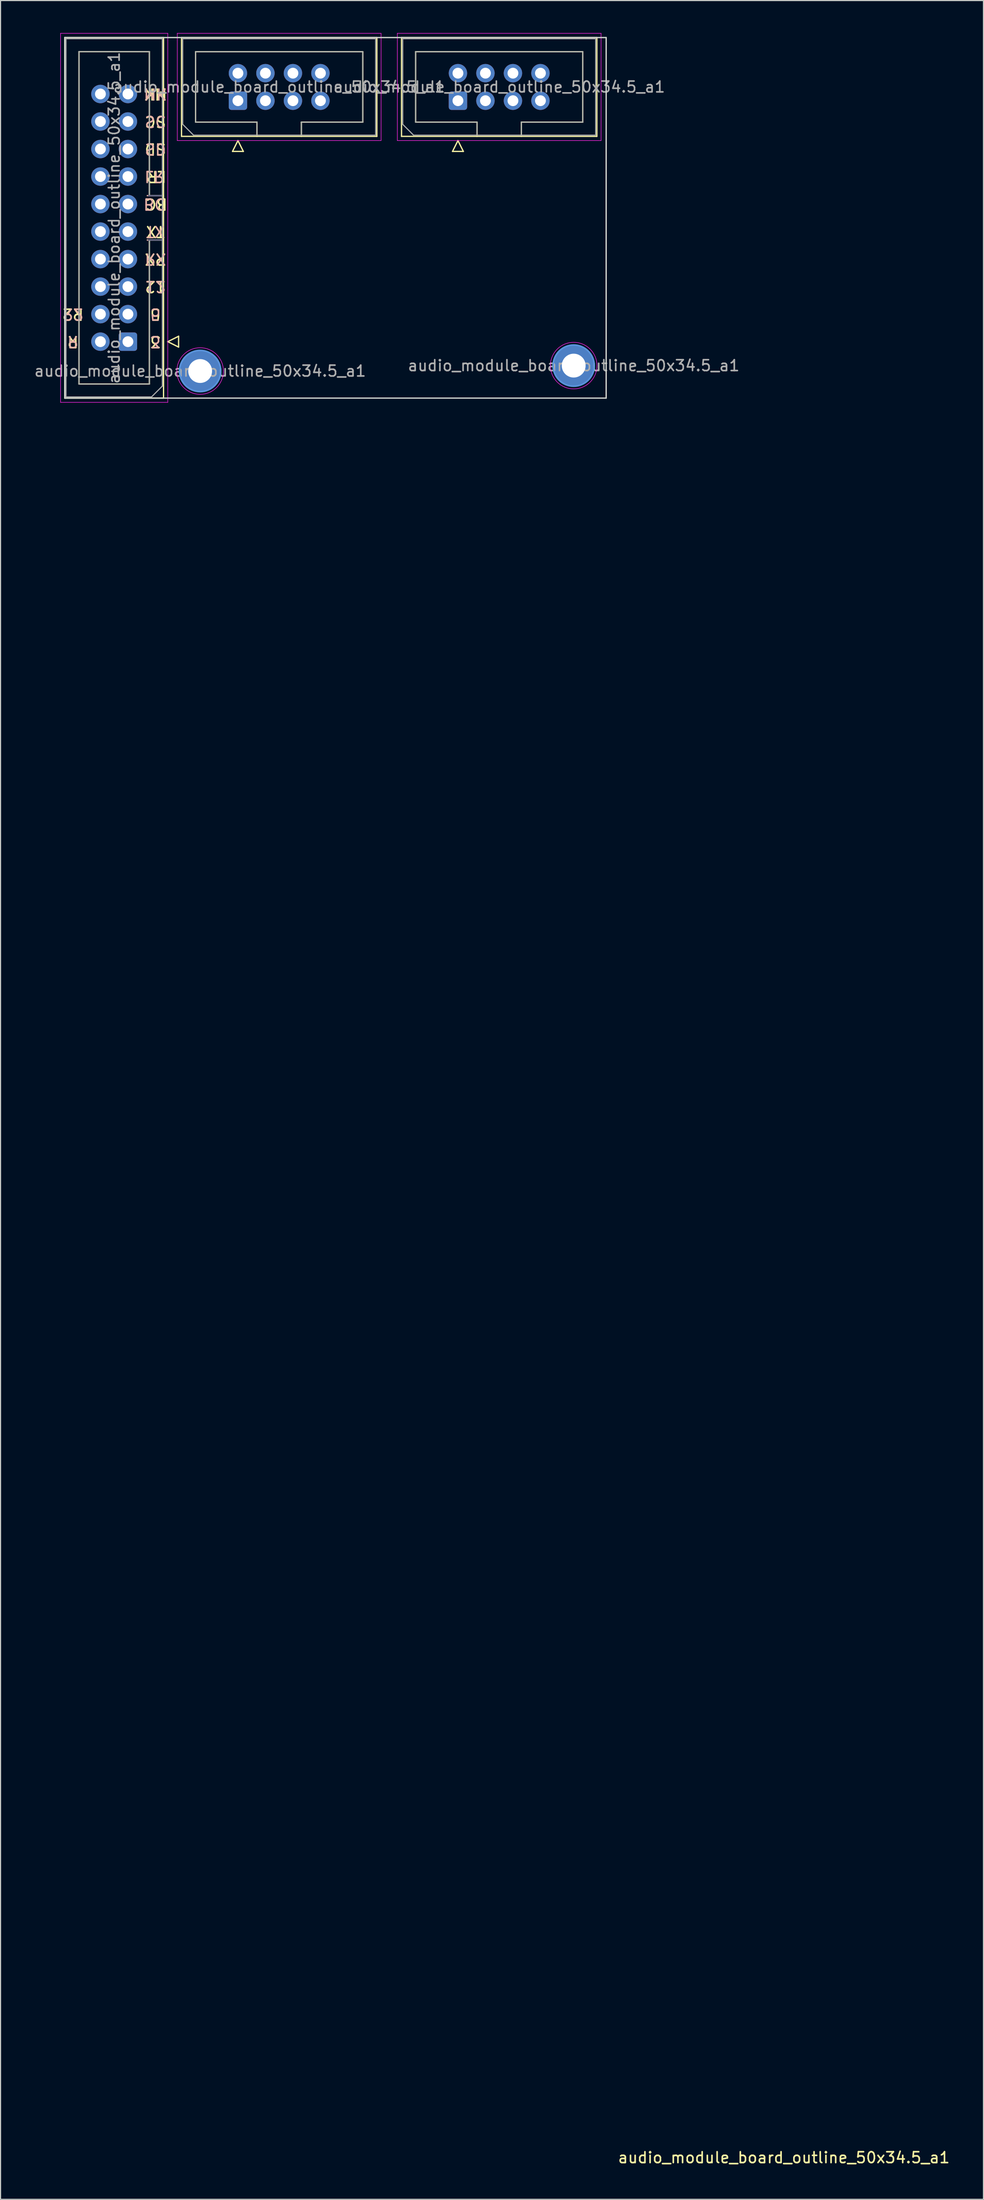
<source format=kicad_pcb>
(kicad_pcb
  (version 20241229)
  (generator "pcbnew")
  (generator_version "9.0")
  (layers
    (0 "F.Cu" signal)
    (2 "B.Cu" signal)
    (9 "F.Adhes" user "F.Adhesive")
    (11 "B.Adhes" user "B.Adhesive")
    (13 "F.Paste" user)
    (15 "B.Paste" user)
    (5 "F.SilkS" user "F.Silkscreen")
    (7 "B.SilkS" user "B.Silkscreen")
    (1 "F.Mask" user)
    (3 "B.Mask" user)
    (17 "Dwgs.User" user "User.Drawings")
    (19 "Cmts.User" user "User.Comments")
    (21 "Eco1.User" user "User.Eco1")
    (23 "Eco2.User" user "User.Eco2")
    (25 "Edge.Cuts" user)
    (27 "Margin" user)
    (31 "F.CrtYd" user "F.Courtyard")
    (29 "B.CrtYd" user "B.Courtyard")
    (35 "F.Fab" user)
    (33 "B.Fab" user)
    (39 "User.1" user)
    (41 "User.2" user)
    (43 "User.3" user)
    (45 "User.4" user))
  (footprint "audio_module_board_outline_50x34.5_a1"
    (layer "F.Cu")
    (at 2.935 33.695)
    (property "Reference" "audio_module_board_outline_50x34.5_a1" (at 66.414 162.401 180) (layer "F.SilkS") (effects (font (size 1 1) (thickness 0.15))))
    (attr through_hole exclude_from_bom)
    (fp_line (start 0 -33.28) (end 9.12 -33.28) (stroke (width 0.12) (type solid)) (layer "F.SilkS"))
    (fp_line (start 0 0) (end 0 -33.28) (stroke (width 0.12) (type solid)) (layer "F.SilkS"))
    (fp_line (start 1.31 -31.98) (end 7.81 -31.98) (stroke (width 0.12) (type solid)) (layer "F.SilkS"))
    (fp_line (start 1.31 -1.3) (end 1.31 -31.98) (stroke (width 0.12) (type solid)) (layer "F.SilkS"))
    (fp_line (start 7.81 -31.98) (end 7.81 -18.69) (stroke (width 0.12) (type solid)) (layer "F.SilkS"))
    (fp_line (start 7.81 -18.69) (end 7.81 -18.69) (stroke (width 0.12) (type solid)) (layer "F.SilkS"))
    (fp_line (start 7.81 -18.69) (end 9.12 -18.69) (stroke (width 0.12) (type solid)) (layer "F.SilkS"))
    (fp_line (start 7.81 -14.59) (end 7.81 -1.3) (stroke (width 0.12) (type solid)) (layer "F.SilkS"))
    (fp_line (start 7.81 -1.3) (end 1.31 -1.3) (stroke (width 0.12) (type solid)) (layer "F.SilkS"))
    (fp_line (start 9.12 -33.28) (end 9.12 0) (stroke (width 0.12) (type solid)) (layer "F.SilkS"))
    (fp_line (start 9.12 -14.59) (end 7.81 -14.59) (stroke (width 0.12) (type solid)) (layer "F.SilkS"))
    (fp_line (start 9.12 0) (end 0 0) (stroke (width 0.12) (type solid)) (layer "F.SilkS"))
    (fp_line (start 9.51 -5.21) (end 10.51 -4.71) (stroke (width 0.12) (type solid)) (layer "F.SilkS"))
    (fp_line (start 10.51 -5.71) (end 9.51 -5.21) (stroke (width 0.12) (type solid)) (layer "F.SilkS"))
    (fp_line (start 10.51 -4.71) (end 10.51 -5.71) (stroke (width 0.12) (type solid)) (layer "F.SilkS"))
    (fp_line (start 10.78 -33.28) (end 28.82 -33.28) (stroke (width 0.12) (type solid)) (layer "F.SilkS"))
    (fp_line (start 10.78 -24.16) (end 10.78 -33.28) (stroke (width 0.12) (type solid)) (layer "F.SilkS"))
    (fp_line (start 12.08 -31.97) (end 27.52 -31.97) (stroke (width 0.12) (type solid)) (layer "F.SilkS"))
    (fp_line (start 12.08 -25.47) (end 12.08 -31.97) (stroke (width 0.12) (type solid)) (layer "F.SilkS"))
    (fp_line (start 15.49 -22.77) (end 16.49 -22.77) (stroke (width 0.12) (type solid)) (layer "F.SilkS"))
    (fp_line (start 15.99 -23.77) (end 15.49 -22.77) (stroke (width 0.12) (type solid)) (layer "F.SilkS"))
    (fp_line (start 16.49 -22.77) (end 15.99 -23.77) (stroke (width 0.12) (type solid)) (layer "F.SilkS"))
    (fp_line (start 17.75 -25.47) (end 12.08 -25.47) (stroke (width 0.12) (type solid)) (layer "F.SilkS"))
    (fp_line (start 17.75 -24.16) (end 17.75 -25.47) (stroke (width 0.12) (type solid)) (layer "F.SilkS"))
    (fp_line (start 21.85 -25.47) (end 21.85 -25.47) (stroke (width 0.12) (type solid)) (layer "F.SilkS"))
    (fp_line (start 21.85 -25.47) (end 21.85 -24.16) (stroke (width 0.12) (type solid)) (layer "F.SilkS"))
    (fp_line (start 27.52 -31.97) (end 27.52 -25.47) (stroke (width 0.12) (type solid)) (layer "F.SilkS"))
    (fp_line (start 27.52 -25.47) (end 21.85 -25.47) (stroke (width 0.12) (type solid)) (layer "F.SilkS"))
    (fp_line (start 28.82 -33.28) (end 28.82 -24.16) (stroke (width 0.12) (type solid)) (layer "F.SilkS"))
    (fp_line (start 28.82 -24.16) (end 10.78 -24.16) (stroke (width 0.12) (type solid)) (layer "F.SilkS"))
    (fp_line (start 31.1 -33.28) (end 49.14 -33.28) (stroke (width 0.12) (type solid)) (layer "F.SilkS"))
    (fp_line (start 31.1 -24.16) (end 31.1 -33.28) (stroke (width 0.12) (type solid)) (layer "F.SilkS"))
    (fp_line (start 32.4 -31.97) (end 47.84 -31.97) (stroke (width 0.12) (type solid)) (layer "F.SilkS"))
    (fp_line (start 32.4 -25.47) (end 32.4 -31.97) (stroke (width 0.12) (type solid)) (layer "F.SilkS"))
    (fp_line (start 35.81 -22.77) (end 36.81 -22.77) (stroke (width 0.12) (type solid)) (layer "F.SilkS"))
    (fp_line (start 36.31 -23.77) (end 35.81 -22.77) (stroke (width 0.12) (type solid)) (layer "F.SilkS"))
    (fp_line (start 36.81 -22.77) (end 36.31 -23.77) (stroke (width 0.12) (type solid)) (layer "F.SilkS"))
    (fp_line (start 38.07 -25.47) (end 32.4 -25.47) (stroke (width 0.12) (type solid)) (layer "F.SilkS"))
    (fp_line (start 38.07 -24.16) (end 38.07 -25.47) (stroke (width 0.12) (type solid)) (layer "F.SilkS"))
    (fp_line (start 42.17 -25.47) (end 42.17 -25.47) (stroke (width 0.12) (type solid)) (layer "F.SilkS"))
    (fp_line (start 42.17 -25.47) (end 42.17 -24.16) (stroke (width 0.12) (type solid)) (layer "F.SilkS"))
    (fp_line (start 47.84 -31.97) (end 47.84 -25.47) (stroke (width 0.12) (type solid)) (layer "F.SilkS"))
    (fp_line (start 47.84 -25.47) (end 42.17 -25.47) (stroke (width 0.12) (type solid)) (layer "F.SilkS"))
    (fp_line (start 49.14 -33.28) (end 49.14 -24.16) (stroke (width 0.12) (type solid)) (layer "F.SilkS"))
    (fp_line (start 49.14 -24.16) (end 31.1 -24.16) (stroke (width 0.12) (type solid)) (layer "F.SilkS"))
    (fp_line (start 7.62 -14.59) (end 8.93 -14.59) (stroke (width 0.12) (type solid)) (layer "B.SilkS"))
    (fp_line (start 8.93 -18.69) (end 7.62 -18.69) (stroke (width 0.12) (type solid)) (layer "B.SilkS"))
    (fp_circle (center 12.5 -2.5) (end 14.4 -2.5) (stroke (width 0.15) (type solid)) (fill no) (layer "Cmts.User"))
    (fp_circle (center 47 -3) (end 48.9 -3) (stroke (width 0.15) (type solid)) (fill no) (layer "Cmts.User"))
    (fp_line (start 0 -33.28) (end 50 -33.28) (stroke (width 0.12) (type solid)) (layer "Edge.Cuts"))
    (fp_line (start 0 0) (end 0 -33.28) (stroke (width 0.12) (type solid)) (layer "Edge.Cuts"))
    (fp_line (start 0 0) (end 50 0) (stroke (width 0.12) (type solid)) (layer "Edge.Cuts"))
    (fp_line (start 50 0) (end 50 -33.28) (stroke (width 0.12) (type solid)) (layer "Edge.Cuts"))
    (fp_line (start -0.39 -33.67) (end -0.39 0.39) (stroke (width 0.05) (type solid)) (layer "F.CrtYd"))
    (fp_line (start -0.39 0.39) (end 9.51 0.39) (stroke (width 0.05) (type solid)) (layer "F.CrtYd"))
    (fp_line (start 9.51 -33.67) (end -0.39 -33.67) (stroke (width 0.05) (type solid)) (layer "F.CrtYd"))
    (fp_line (start 9.51 0.39) (end 9.51 -33.67) (stroke (width 0.05) (type solid)) (layer "F.CrtYd"))
    (fp_line (start 10.39 -33.67) (end 10.39 -23.77) (stroke (width 0.05) (type solid)) (layer "F.CrtYd"))
    (fp_line (start 10.39 -23.77) (end 29.21 -23.77) (stroke (width 0.05) (type solid)) (layer "F.CrtYd"))
    (fp_line (start 29.21 -33.67) (end 10.39 -33.67) (stroke (width 0.05) (type solid)) (layer "F.CrtYd"))
    (fp_line (start 29.21 -23.77) (end 29.21 -33.67) (stroke (width 0.05) (type solid)) (layer "F.CrtYd"))
    (fp_line (start 30.71 -33.67) (end 30.71 -23.77) (stroke (width 0.05) (type solid)) (layer "F.CrtYd"))
    (fp_line (start 30.71 -23.77) (end 49.53 -23.77) (stroke (width 0.05) (type solid)) (layer "F.CrtYd"))
    (fp_line (start 49.53 -33.67) (end 30.71 -33.67) (stroke (width 0.05) (type solid)) (layer "F.CrtYd"))
    (fp_line (start 49.53 -23.77) (end 49.53 -33.67) (stroke (width 0.05) (type solid)) (layer "F.CrtYd"))
    (fp_circle (center 12.5 -2.5) (end 14.65 -2.5) (stroke (width 0.05) (type solid)) (fill no) (layer "F.CrtYd"))
    (fp_circle (center 47 -3) (end 49.15 -3) (stroke (width 0.05) (type solid)) (fill no) (layer "F.CrtYd"))
    (fp_line (start 7.73 -14.59) (end 8.93 -14.59) (stroke (width 0.1) (type solid)) (layer "B.Fab"))
    (fp_line (start 8.93 -18.69) (end 7.73 -18.69) (stroke (width 0.1) (type solid)) (layer "B.Fab"))
    (fp_line (start 0.11 -33.17) (end 9.01 -33.17) (stroke (width 0.1) (type solid)) (layer "F.Fab"))
    (fp_line (start 0.11 -0.11) (end 0.11 -33.17) (stroke (width 0.1) (type solid)) (layer "F.Fab"))
    (fp_line (start 1.31 -31.98) (end 7.81 -31.98) (stroke (width 0.1) (type solid)) (layer "F.Fab"))
    (fp_line (start 1.31 -1.3) (end 1.31 -31.98) (stroke (width 0.1) (type solid)) (layer "F.Fab"))
    (fp_line (start 7.81 -31.98) (end 7.81 -18.69) (stroke (width 0.1) (type solid)) (layer "F.Fab"))
    (fp_line (start 7.81 -18.69) (end 7.81 -18.69) (stroke (width 0.1) (type solid)) (layer "F.Fab"))
    (fp_line (start 7.81 -18.69) (end 9.01 -18.69) (stroke (width 0.1) (type solid)) (layer "F.Fab"))
    (fp_line (start 7.81 -14.59) (end 7.81 -1.3) (stroke (width 0.1) (type solid)) (layer "F.Fab"))
    (fp_line (start 7.81 -1.3) (end 1.31 -1.3) (stroke (width 0.1) (type solid)) (layer "F.Fab"))
    (fp_line (start 8.01 -0.11) (end 0.11 -0.11) (stroke (width 0.1) (type solid)) (layer "F.Fab"))
    (fp_line (start 9.01 -33.17) (end 9.01 -1.11) (stroke (width 0.1) (type solid)) (layer "F.Fab"))
    (fp_line (start 9.01 -14.59) (end 7.81 -14.59) (stroke (width 0.1) (type solid)) (layer "F.Fab"))
    (fp_line (start 9.01 -1.11) (end 8.01 -0.11) (stroke (width 0.1) (type solid)) (layer "F.Fab"))
    (fp_line (start 10.89 -33.17) (end 28.71 -33.17) (stroke (width 0.1) (type solid)) (layer "F.Fab"))
    (fp_line (start 10.89 -25.27) (end 10.89 -33.17) (stroke (width 0.1) (type solid)) (layer "F.Fab"))
    (fp_line (start 11.89 -24.27) (end 10.89 -25.27) (stroke (width 0.1) (type solid)) (layer "F.Fab"))
    (fp_line (start 12.08 -31.97) (end 27.52 -31.97) (stroke (width 0.1) (type solid)) (layer "F.Fab"))
    (fp_line (start 12.08 -25.47) (end 12.08 -31.97) (stroke (width 0.1) (type solid)) (layer "F.Fab"))
    (fp_line (start 17.75 -25.47) (end 12.08 -25.47) (stroke (width 0.1) (type solid)) (layer "F.Fab"))
    (fp_line (start 17.75 -24.27) (end 17.75 -25.47) (stroke (width 0.1) (type solid)) (layer "F.Fab"))
    (fp_line (start 21.85 -25.47) (end 21.85 -25.47) (stroke (width 0.1) (type solid)) (layer "F.Fab"))
    (fp_line (start 21.85 -25.47) (end 21.85 -24.27) (stroke (width 0.1) (type solid)) (layer "F.Fab"))
    (fp_line (start 27.52 -31.97) (end 27.52 -25.47) (stroke (width 0.1) (type solid)) (layer "F.Fab"))
    (fp_line (start 27.52 -25.47) (end 21.85 -25.47) (stroke (width 0.1) (type solid)) (layer "F.Fab"))
    (fp_line (start 28.71 -33.17) (end 28.71 -24.27) (stroke (width 0.1) (type solid)) (layer "F.Fab"))
    (fp_line (start 28.71 -24.27) (end 11.89 -24.27) (stroke (width 0.1) (type solid)) (layer "F.Fab"))
    (fp_line (start 31.21 -33.17) (end 49.03 -33.17) (stroke (width 0.1) (type solid)) (layer "F.Fab"))
    (fp_line (start 31.21 -25.27) (end 31.21 -33.17) (stroke (width 0.1) (type solid)) (layer "F.Fab"))
    (fp_line (start 32.21 -24.27) (end 31.21 -25.27) (stroke (width 0.1) (type solid)) (layer "F.Fab"))
    (fp_line (start 32.4 -31.97) (end 47.84 -31.97) (stroke (width 0.1) (type solid)) (layer "F.Fab"))
    (fp_line (start 32.4 -25.47) (end 32.4 -31.97) (stroke (width 0.1) (type solid)) (layer "F.Fab"))
    (fp_line (start 38.07 -25.47) (end 32.4 -25.47) (stroke (width 0.1) (type solid)) (layer "F.Fab"))
    (fp_line (start 38.07 -24.27) (end 38.07 -25.47) (stroke (width 0.1) (type solid)) (layer "F.Fab"))
    (fp_line (start 42.17 -25.47) (end 42.17 -25.47) (stroke (width 0.1) (type solid)) (layer "F.Fab"))
    (fp_line (start 42.17 -25.47) (end 42.17 -24.27) (stroke (width 0.1) (type solid)) (layer "F.Fab"))
    (fp_line (start 47.84 -31.97) (end 47.84 -25.47) (stroke (width 0.1) (type solid)) (layer "F.Fab"))
    (fp_line (start 47.84 -25.47) (end 42.17 -25.47) (stroke (width 0.1) (type solid)) (layer "F.Fab"))
    (fp_line (start 49.03 -33.17) (end 49.03 -24.27) (stroke (width 0.1) (type solid)) (layer "F.Fab"))
    (fp_line (start 49.03 -24.27) (end 32.21 -24.27) (stroke (width 0.1) (type solid)) (layer "F.Fab"))
    (fp_text user "R" (at 0.75 -5.21 180) (unlocked yes) (layer "F.SilkS") (effects (font (size 1 1) (thickness 0.15))))
    (fp_text user "MK" (at 8.37 -28.07 180) (unlocked yes) (layer "F.SilkS") (effects (font (size 1 1) (thickness 0.15))))
    (fp_text user "5" (at 8.37 -7.75 180) (unlocked yes) (layer "F.SilkS") (effects (font (size 1 1) (thickness 0.15))))
    (fp_text user "RX" (at 8.37 -12.83 180) (unlocked yes) (layer "F.SilkS") (effects (font (size 1 1) (thickness 0.15))))
    (fp_text user "BC" (at 8.465 -17.91 180) (unlocked yes) (layer "F.SilkS") (effects (font (size 1 1) (thickness 0.15))))
    (fp_text user "SD" (at 8.37 -22.99 180) (unlocked yes) (layer "F.SilkS") (effects (font (size 1 1) (thickness 0.15))))
    (fp_text user "3" (at 8.37 -5.21 180) (unlocked yes) (layer "F.SilkS") (effects (font (size 1 1) (thickness 0.15))))
    (fp_text user "LR" (at 8.465 -20.45 180) (unlocked yes) (layer "F.SilkS") (effects (font (size 1 1) (thickness 0.15))))
    (fp_text user "SC" (at 8.37 -25.53 180) (unlocked yes) (layer "F.SilkS") (effects (font (size 1 1) (thickness 0.15))))
    (fp_text user "12" (at 8.37 -10.29 180) (unlocked yes) (layer "F.SilkS") (effects (font (size 1 1) (thickness 0.15))))
    (fp_text user "TX" (at 8.37 -15.37 180) (unlocked yes) (layer "F.SilkS") (effects (font (size 1 1) (thickness 0.15))))
    (fp_text user "R2" (at 0.75 -7.75 180) (unlocked yes) (layer "F.SilkS") (effects (font (size 1 1) (thickness 0.15))))
    (fp_text user "3" (at 8.37 -5.21 180) (unlocked yes) (layer "B.SilkS") (effects (font (size 1 1) (thickness 0.15)) (justify mirror)))
    (fp_text user "R" (at 0.75 -5.21 180) (unlocked yes) (layer "B.SilkS") (effects (font (size 1 1) (thickness 0.15)) (justify mirror)))
    (fp_text user "LR" (at 8.275 -20.45 180) (unlocked yes) (layer "B.SilkS") (effects (font (size 1 1) (thickness 0.15)) (justify mirror)))
    (fp_text user "12" (at 8.37 -10.29 180) (unlocked yes) (layer "B.SilkS") (effects (font (size 1 1) (thickness 0.15)) (justify mirror)))
    (fp_text user "SC" (at 8.37 -25.53 180) (unlocked yes) (layer "B.SilkS") (effects (font (size 1 1) (thickness 0.15)) (justify mirror)))
    (fp_text user "TX" (at 8.37 -15.37 180) (unlocked yes) (layer "B.SilkS") (effects (font (size 1 1) (thickness 0.15)) (justify mirror)))
    (fp_text user "R2" (at 0.75 -7.75 180) (unlocked yes) (layer "B.SilkS") (effects (font (size 1 1) (thickness 0.15)) (justify mirror)))
    (fp_text user "5" (at 8.37 -7.75 180) (unlocked yes) (layer "B.SilkS") (effects (font (size 1 1) (thickness 0.15)) (justify mirror)))
    (fp_text user "SD" (at 8.37 -22.99 180) (unlocked yes) (layer "B.SilkS") (effects (font (size 1 1) (thickness 0.15)) (justify mirror)))
    (fp_text user "RX" (at 8.37 -12.83 180) (unlocked yes) (layer "B.SilkS") (effects (font (size 1 1) (thickness 0.15)) (justify mirror)))
    (fp_text user "MK" (at 8.37 -28.07 180) (unlocked yes) (layer "B.SilkS") (effects (font (size 1 1) (thickness 0.15)) (justify mirror)))
    (fp_text user "BC" (at 8.275 -17.91 180) (unlocked yes) (layer "B.SilkS") (effects (font (size 1 1) (thickness 0.15)) (justify mirror)))
    (fp_text user "${REFERENCE}" (at 12.5 -2.5 0) (layer "F.Fab") (effects (font (size 1 1) (thickness 0.15))))
    (fp_text user "${REFERENCE}" (at 19.8 -28.72 0) (layer "F.Fab") (effects (font (size 1 1) (thickness 0.15))))
    (fp_text user "${REFERENCE}" (at 4.56 -16.64 270) (layer "F.Fab") (effects (font (size 1 1) (thickness 0.15))))
    (fp_text user "${REFERENCE}" (at 40.12 -28.72 0) (layer "F.Fab") (effects (font (size 1 1) (thickness 0.15))))
    (fp_text user "${REFERENCE}" (at 47 -3 0) (layer "F.Fab") (effects (font (size 1 1) (thickness 0.15))))
    (pad "1" thru_hole roundrect (at 5.83 -5.21 180) (size 1.7 1.7) (drill 1) (layers "*.Cu" "*.Mask") (roundrect_rratio 0.147))
    (pad "1" thru_hole circle (at 12.5 -2.5) (size 3.8 3.8) (drill 2.2) (layers "*.Cu" "*.Mask"))
    (pad "1" thru_hole roundrect (at 15.99 -27.45 270) (size 1.7 1.7) (drill 1) (layers "*.Cu" "*.Mask") (roundrect_rratio 0.147))
    (pad "1" thru_hole roundrect (at 36.31 -27.45 270) (size 1.7 1.7) (drill 1) (layers "*.Cu" "*.Mask") (roundrect_rratio 0.147))
    (pad "1" thru_hole circle (at 47 -3) (size 3.8 3.8) (drill 2.2) (layers "*.Cu" "*.Mask"))
    (pad "2" thru_hole circle (at 3.29 -5.21 180) (size 1.7 1.7) (drill 1) (layers "*.Cu" "*.Mask"))
    (pad "2" thru_hole circle (at 15.99 -29.99 270) (size 1.7 1.7) (drill 1) (layers "*.Cu" "*.Mask"))
    (pad "2" thru_hole circle (at 36.31 -29.99 270) (size 1.7 1.7) (drill 1) (layers "*.Cu" "*.Mask"))
    (pad "3" thru_hole circle (at 5.83 -7.75 180) (size 1.7 1.7) (drill 1) (layers "*.Cu" "*.Mask"))
    (pad "3" thru_hole circle (at 18.53 -27.45 270) (size 1.7 1.7) (drill 1) (layers "*.Cu" "*.Mask"))
    (pad "3" thru_hole circle (at 38.85 -27.45 270) (size 1.7 1.7) (drill 1) (layers "*.Cu" "*.Mask"))
    (pad "4" thru_hole circle (at 3.29 -7.75 180) (size 1.7 1.7) (drill 1) (layers "*.Cu" "*.Mask"))
    (pad "4" thru_hole circle (at 18.53 -29.99 270) (size 1.7 1.7) (drill 1) (layers "*.Cu" "*.Mask"))
    (pad "4" thru_hole circle (at 38.85 -29.99 270) (size 1.7 1.7) (drill 1) (layers "*.Cu" "*.Mask"))
    (pad "5" thru_hole circle (at 5.83 -10.29 180) (size 1.7 1.7) (drill 1) (layers "*.Cu" "*.Mask"))
    (pad "5" thru_hole circle (at 21.07 -27.45 270) (size 1.7 1.7) (drill 1) (layers "*.Cu" "*.Mask"))
    (pad "5" thru_hole circle (at 41.39 -27.45 270) (size 1.7 1.7) (drill 1) (layers "*.Cu" "*.Mask"))
    (pad "6" thru_hole circle (at 3.29 -10.29 180) (size 1.7 1.7) (drill 1) (layers "*.Cu" "*.Mask"))
    (pad "6" thru_hole circle (at 21.07 -29.99 270) (size 1.7 1.7) (drill 1) (layers "*.Cu" "*.Mask"))
    (pad "6" thru_hole circle (at 41.39 -29.99 270) (size 1.7 1.7) (drill 1) (layers "*.Cu" "*.Mask"))
    (pad "7" thru_hole circle (at 5.83 -12.83 180) (size 1.7 1.7) (drill 1) (layers "*.Cu" "*.Mask"))
    (pad "7" thru_hole circle (at 23.61 -27.45 270) (size 1.7 1.7) (drill 1) (layers "*.Cu" "*.Mask"))
    (pad "7" thru_hole circle (at 43.93 -27.45 270) (size 1.7 1.7) (drill 1) (layers "*.Cu" "*.Mask"))
    (pad "8" thru_hole circle (at 3.29 -12.83 180) (size 1.7 1.7) (drill 1) (layers "*.Cu" "*.Mask"))
    (pad "8" thru_hole circle (at 23.61 -29.99 270) (size 1.7 1.7) (drill 1) (layers "*.Cu" "*.Mask"))
    (pad "8" thru_hole circle (at 43.93 -29.99 270) (size 1.7 1.7) (drill 1) (layers "*.Cu" "*.Mask"))
    (pad "9" thru_hole circle (at 5.83 -15.37 180) (size 1.7 1.7) (drill 1) (layers "*.Cu" "*.Mask"))
    (pad "10" thru_hole circle (at 3.29 -15.37 180) (size 1.7 1.7) (drill 1) (layers "*.Cu" "*.Mask"))
    (pad "11" thru_hole circle (at 5.83 -17.91 180) (size 1.7 1.7) (drill 1) (layers "*.Cu" "*.Mask"))
    (pad "12" thru_hole circle (at 3.29 -17.91 180) (size 1.7 1.7) (drill 1) (layers "*.Cu" "*.Mask"))
    (pad "13" thru_hole circle (at 5.83 -20.45 180) (size 1.7 1.7) (drill 1) (layers "*.Cu" "*.Mask"))
    (pad "14" thru_hole circle (at 3.29 -20.45 180) (size 1.7 1.7) (drill 1) (layers "*.Cu" "*.Mask"))
    (pad "15" thru_hole circle (at 5.83 -22.99 180) (size 1.7 1.7) (drill 1) (layers "*.Cu" "*.Mask"))
    (pad "16" thru_hole circle (at 3.29 -22.99 180) (size 1.7 1.7) (drill 1) (layers "*.Cu" "*.Mask"))
    (pad "17" thru_hole circle (at 5.83 -25.53 180) (size 1.7 1.7) (drill 1) (layers "*.Cu" "*.Mask"))
    (pad "18" thru_hole circle (at 3.29 -25.53 180) (size 1.7 1.7) (drill 1) (layers "*.Cu" "*.Mask"))
    (pad "19" thru_hole circle (at 5.83 -28.07 180) (size 1.7 1.7) (drill 1) (layers "*.Cu" "*.Mask"))
    (pad "20" thru_hole circle (at 3.29 -28.07 180) (size 1.7 1.7) (drill 1) (layers "*.Cu" "*.Mask")))
  (gr_rect
    (start -3 -3)
    (end 87.783 199.945)
    (stroke (width 0.1) (type default))
    (fill no)
    (layer "Edge.Cuts")))
</source>
